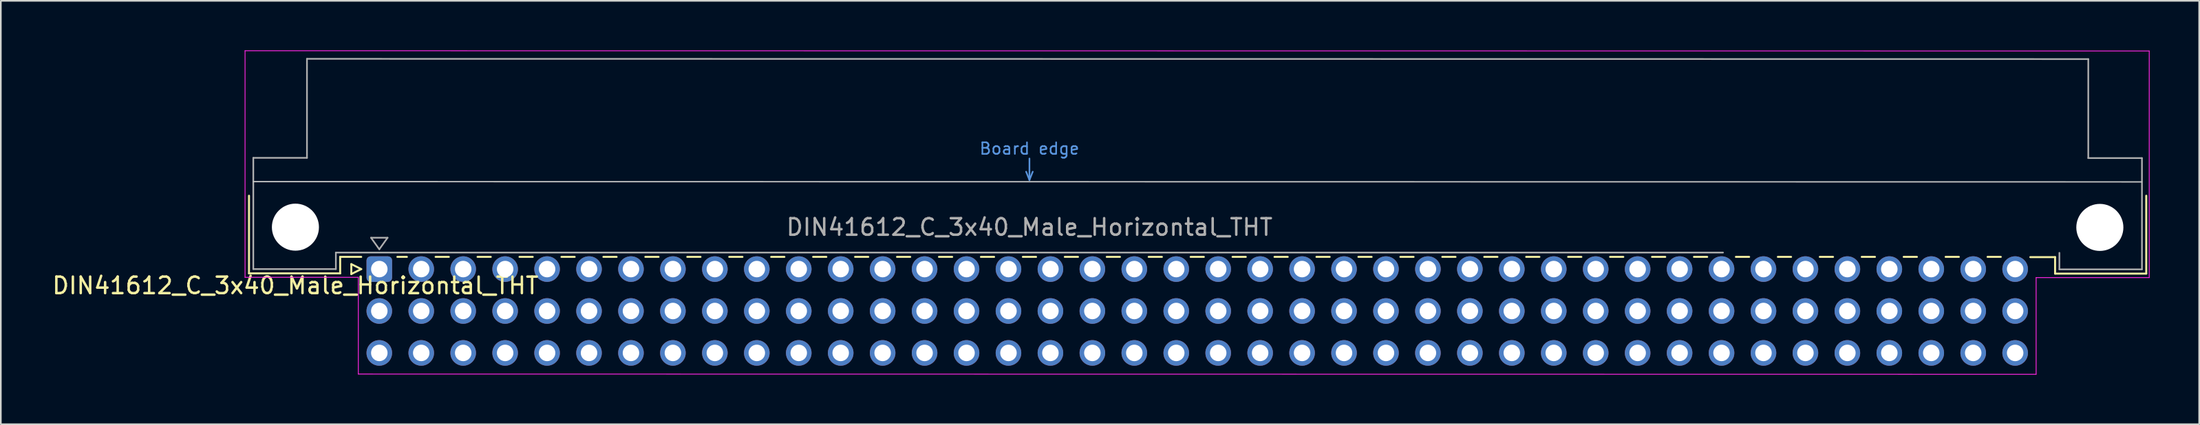
<source format=kicad_pcb>
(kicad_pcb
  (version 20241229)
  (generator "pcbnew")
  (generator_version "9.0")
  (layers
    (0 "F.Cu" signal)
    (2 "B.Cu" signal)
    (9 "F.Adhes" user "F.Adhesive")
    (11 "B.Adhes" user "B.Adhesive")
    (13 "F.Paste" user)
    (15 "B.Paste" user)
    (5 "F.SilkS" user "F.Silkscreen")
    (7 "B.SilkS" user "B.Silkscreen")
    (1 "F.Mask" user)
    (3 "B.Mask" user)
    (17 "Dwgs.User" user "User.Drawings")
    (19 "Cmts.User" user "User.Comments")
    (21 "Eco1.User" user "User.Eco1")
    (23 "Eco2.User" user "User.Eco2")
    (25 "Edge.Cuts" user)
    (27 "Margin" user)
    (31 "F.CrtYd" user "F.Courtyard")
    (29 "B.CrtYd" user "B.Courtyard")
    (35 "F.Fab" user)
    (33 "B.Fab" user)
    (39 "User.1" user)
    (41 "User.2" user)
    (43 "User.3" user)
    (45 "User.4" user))
  (footprint "DIN41612_C_3x40_Male_Horizontal_THT"
    (layer "F.Cu")
    (at 19.919 13.255)
    (property "Reference" "DIN41612_C_3x40_Male_Horizontal_THT" (at -5.08 1 0) (layer "F.SilkS") (effects (font (size 1 1) (thickness 0.15))))
    (attr through_hole)
    (fp_line (start -7.89 -4.445) (end -7.89 0.26) (stroke (width 0.12) (type solid)) (layer "F.SilkS"))
    (fp_line (start -7.89 0.26) (end -2.37 0.26) (stroke (width 0.12) (type solid)) (layer "F.SilkS"))
    (fp_line (start -2.371 -0.74) (end -1.095 -0.74) (stroke (width 0.12) (type solid)) (layer "F.SilkS"))
    (fp_line (start -2.37 0.26) (end -2.37 -0.74) (stroke (width 0.12) (type solid)) (layer "F.SilkS"))
    (fp_line (start -1.695 -0.3) (end -1.695 0.3) (stroke (width 0.12) (type solid)) (layer "F.SilkS"))
    (fp_line (start -1.695 0.3) (end -1.095 0) (stroke (width 0.12) (type solid)) (layer "F.SilkS"))
    (fp_line (start -1.095 0) (end -1.695 -0.3) (stroke (width 0.12) (type solid)) (layer "F.SilkS"))
    (fp_line (start 1.095 -0.74) (end 1.671 -0.74) (stroke (width 0.12) (type solid)) (layer "F.SilkS"))
    (fp_line (start 3.41 -0.74) (end 4.211 -0.74) (stroke (width 0.12) (type solid)) (layer "F.SilkS"))
    (fp_line (start 5.95 -0.74) (end 6.751 -0.74) (stroke (width 0.12) (type solid)) (layer "F.SilkS"))
    (fp_line (start 8.49 -0.74) (end 9.291 -0.74) (stroke (width 0.12) (type solid)) (layer "F.SilkS"))
    (fp_line (start 11.03 -0.74) (end 11.831 -0.74) (stroke (width 0.12) (type solid)) (layer "F.SilkS"))
    (fp_line (start 13.57 -0.74) (end 14.371 -0.74) (stroke (width 0.12) (type solid)) (layer "F.SilkS"))
    (fp_line (start 16.11 -0.74) (end 16.911 -0.74) (stroke (width 0.12) (type solid)) (layer "F.SilkS"))
    (fp_line (start 18.65 -0.74) (end 19.451 -0.74) (stroke (width 0.12) (type solid)) (layer "F.SilkS"))
    (fp_line (start 21.19 -0.74) (end 21.991 -0.74) (stroke (width 0.12) (type solid)) (layer "F.SilkS"))
    (fp_line (start 23.73 -0.74) (end 24.531 -0.74) (stroke (width 0.12) (type solid)) (layer "F.SilkS"))
    (fp_line (start 26.27 -0.74) (end 27.071 -0.74) (stroke (width 0.12) (type solid)) (layer "F.SilkS"))
    (fp_line (start 28.81 -0.74) (end 29.611 -0.74) (stroke (width 0.12) (type solid)) (layer "F.SilkS"))
    (fp_line (start 31.35 -0.74) (end 32.151 -0.74) (stroke (width 0.12) (type solid)) (layer "F.SilkS"))
    (fp_line (start 33.89 -0.74) (end 34.691 -0.74) (stroke (width 0.12) (type solid)) (layer "F.SilkS"))
    (fp_line (start 36.43 -0.74) (end 37.231 -0.74) (stroke (width 0.12) (type solid)) (layer "F.SilkS"))
    (fp_line (start 38.97 -0.74) (end 39.771 -0.74) (stroke (width 0.12) (type solid)) (layer "F.SilkS"))
    (fp_line (start 41.51 -0.74) (end 42.311 -0.74) (stroke (width 0.12) (type solid)) (layer "F.SilkS"))
    (fp_line (start 44.05 -0.74) (end 44.851 -0.74) (stroke (width 0.12) (type solid)) (layer "F.SilkS"))
    (fp_line (start 46.59 -0.74) (end 47.391 -0.74) (stroke (width 0.12) (type solid)) (layer "F.SilkS"))
    (fp_line (start 49.13 -0.74) (end 49.931 -0.74) (stroke (width 0.12) (type solid)) (layer "F.SilkS"))
    (fp_line (start 51.67 -0.74) (end 52.471 -0.74) (stroke (width 0.12) (type solid)) (layer "F.SilkS"))
    (fp_line (start 54.21 -0.74) (end 55.011 -0.74) (stroke (width 0.12) (type solid)) (layer "F.SilkS"))
    (fp_line (start 56.75 -0.74) (end 57.551 -0.74) (stroke (width 0.12) (type solid)) (layer "F.SilkS"))
    (fp_line (start 59.29 -0.74) (end 60.091 -0.74) (stroke (width 0.12) (type solid)) (layer "F.SilkS"))
    (fp_line (start 61.83 -0.74) (end 62.631 -0.74) (stroke (width 0.12) (type solid)) (layer "F.SilkS"))
    (fp_line (start 64.37 -0.74) (end 65.171 -0.74) (stroke (width 0.12) (type solid)) (layer "F.SilkS"))
    (fp_line (start 66.91 -0.74) (end 67.711 -0.74) (stroke (width 0.12) (type solid)) (layer "F.SilkS"))
    (fp_line (start 69.45 -0.74) (end 70.251 -0.74) (stroke (width 0.12) (type solid)) (layer "F.SilkS"))
    (fp_line (start 71.99 -0.74) (end 72.791 -0.74) (stroke (width 0.12) (type solid)) (layer "F.SilkS"))
    (fp_line (start 74.53 -0.74) (end 75.331 -0.74) (stroke (width 0.12) (type solid)) (layer "F.SilkS"))
    (fp_line (start 77.07 -0.74) (end 77.871 -0.74) (stroke (width 0.12) (type solid)) (layer "F.SilkS"))
    (fp_line (start 79.61 -0.74) (end 80.411 -0.74) (stroke (width 0.12) (type solid)) (layer "F.SilkS"))
    (fp_line (start 82.15 -0.74) (end 82.951 -0.74) (stroke (width 0.12) (type solid)) (layer "F.SilkS"))
    (fp_line (start 84.69 -0.74) (end 85.491 -0.74) (stroke (width 0.12) (type solid)) (layer "F.SilkS"))
    (fp_line (start 87.23 -0.74) (end 88.031 -0.74) (stroke (width 0.12) (type solid)) (layer "F.SilkS"))
    (fp_line (start 89.77 -0.74) (end 90.571 -0.74) (stroke (width 0.12) (type solid)) (layer "F.SilkS"))
    (fp_line (start 92.31 -0.74) (end 93.111 -0.74) (stroke (width 0.12) (type solid)) (layer "F.SilkS"))
    (fp_line (start 94.85 -0.74) (end 95.651 -0.74) (stroke (width 0.12) (type solid)) (layer "F.SilkS"))
    (fp_line (start 97.39 -0.74) (end 98.191 -0.74) (stroke (width 0.12) (type solid)) (layer "F.SilkS"))
    (fp_line (start 99.979 -0.725) (end 101.479 -0.725) (stroke (width 0.12) (type solid)) (layer "F.SilkS"))
    (fp_line (start 101.479 0.275) (end 101.479 -0.725) (stroke (width 0.12) (type solid)) (layer "F.SilkS"))
    (fp_line (start 106.999 -4.445) (end 106.999 0.275) (stroke (width 0.12) (type solid)) (layer "F.SilkS"))
    (fp_line (start 106.999 0.275) (end 101.479 0.275) (stroke (width 0.12) (type solid)) (layer "F.SilkS"))
    (fp_line (start -7.63 -5.3) (end 106.726 -5.284) (stroke (width 0.08) (type solid)) (layer "Dwgs.User"))
    (fp_line (start 39.17 -5.9) (end 39.37 -5.4) (stroke (width 0.1) (type solid)) (layer "Cmts.User"))
    (fp_line (start 39.37 -5.4) (end 39.37 -6.7) (stroke (width 0.1) (type solid)) (layer "Cmts.User"))
    (fp_line (start 39.37 -5.4) (end 39.57 -5.9) (stroke (width 0.1) (type solid)) (layer "Cmts.User"))
    (fp_line (start -8.13 -13.23) (end -8.13 0.5) (stroke (width 0.05) (type solid)) (layer "F.CrtYd"))
    (fp_line (start -8.13 0.5) (end -1.27 0.5) (stroke (width 0.05) (type solid)) (layer "F.CrtYd"))
    (fp_line (start -1.27 0.5) (end -1.27 6.36) (stroke (width 0.05) (type solid)) (layer "F.CrtYd"))
    (fp_line (start -1.27 6.36) (end 100.33 6.375) (stroke (width 0.05) (type solid)) (layer "F.CrtYd"))
    (fp_line (start 100.33 0.515) (end 107.18 0.515) (stroke (width 0.05) (type solid)) (layer "F.CrtYd"))
    (fp_line (start 100.33 6.375) (end 100.33 0.515) (stroke (width 0.05) (type solid)) (layer "F.CrtYd"))
    (fp_line (start 107.18 -13.215) (end -8.13 -13.23) (stroke (width 0.05) (type solid)) (layer "F.CrtYd"))
    (fp_line (start 107.18 0.515) (end 107.18 -13.215) (stroke (width 0.05) (type solid)) (layer "F.CrtYd"))
    (fp_line (start -7.63 -6.74) (end -7.63 0) (stroke (width 0.1) (type solid)) (layer "F.Fab"))
    (fp_line (start -7.63 0) (end -2.63 0) (stroke (width 0.1) (type solid)) (layer "F.Fab"))
    (fp_line (start -4.38 -12.74) (end -4.38 -6.74) (stroke (width 0.1) (type solid)) (layer "F.Fab"))
    (fp_line (start -4.38 -6.74) (end -7.63 -6.74) (stroke (width 0.1) (type solid)) (layer "F.Fab"))
    (fp_line (start -2.63 -1) (end 81.37 -1) (stroke (width 0.1) (type solid)) (layer "F.Fab"))
    (fp_line (start -2.63 0) (end -2.63 -1) (stroke (width 0.1) (type solid)) (layer "F.Fab"))
    (fp_line (start -0.5 -1.9) (end 0.5 -1.9) (stroke (width 0.1) (type solid)) (layer "F.Fab"))
    (fp_line (start 0 -1.2) (end -0.5 -1.9) (stroke (width 0.1) (type solid)) (layer "F.Fab"))
    (fp_line (start 0.5 -1.9) (end 0 -1.2) (stroke (width 0.1) (type solid)) (layer "F.Fab"))
    (fp_line (start 101.739 -0.985) (end 101.739 0.015) (stroke (width 0.1) (type solid)) (layer "F.Fab"))
    (fp_line (start 101.739 0.015) (end 106.739 0.015) (stroke (width 0.1) (type solid)) (layer "F.Fab"))
    (fp_line (start 103.489 -12.725) (end -4.38 -12.74) (stroke (width 0.1) (type solid)) (layer "F.Fab"))
    (fp_line (start 103.489 -6.725) (end 103.489 -12.725) (stroke (width 0.1) (type solid)) (layer "F.Fab"))
    (fp_line (start 106.739 -6.725) (end 103.489 -6.725) (stroke (width 0.1) (type solid)) (layer "F.Fab"))
    (fp_line (start 106.739 0.015) (end 106.739 -6.725) (stroke (width 0.1) (type solid)) (layer "F.Fab"))
    (fp_text user "Board edge" (at 39.37 -7.3 0) (layer "Cmts.User") (effects (font (size 0.7 0.7) (thickness 0.1))))
    (fp_text user "${REFERENCE}" (at 39.37 -2.54 0) (layer "F.Fab") (effects (font (size 1 1) (thickness 0.15))))
    (pad "" np_thru_hole circle (at -5.08 -2.54) (size 2.85 2.85) (drill 2.85) (layers "*.Cu" "*.Mask"))
    (pad "" np_thru_hole circle (at 104.189 -2.525) (size 2.85 2.85) (drill 2.85) (layers "*.Cu" "*.Mask"))
    (pad "a1" thru_hole roundrect (at 0 0) (size 1.55 1.55) (drill 1) (layers "*.Cu" "*.Mask") (roundrect_rratio 0.161))
    (pad "a2" thru_hole circle (at 2.54 0) (size 1.55 1.55) (drill 1) (layers "*.Cu" "*.Mask"))
    (pad "a3" thru_hole circle (at 5.08 0) (size 1.55 1.55) (drill 1) (layers "*.Cu" "*.Mask"))
    (pad "a4" thru_hole circle (at 7.62 0) (size 1.55 1.55) (drill 1) (layers "*.Cu" "*.Mask"))
    (pad "a5" thru_hole circle (at 10.16 0) (size 1.55 1.55) (drill 1) (layers "*.Cu" "*.Mask"))
    (pad "a6" thru_hole circle (at 12.7 0) (size 1.55 1.55) (drill 1) (layers "*.Cu" "*.Mask"))
    (pad "a7" thru_hole circle (at 15.24 0) (size 1.55 1.55) (drill 1) (layers "*.Cu" "*.Mask"))
    (pad "a8" thru_hole circle (at 17.78 0) (size 1.55 1.55) (drill 1) (layers "*.Cu" "*.Mask"))
    (pad "a9" thru_hole circle (at 20.32 0) (size 1.55 1.55) (drill 1) (layers "*.Cu" "*.Mask"))
    (pad "a10" thru_hole circle (at 22.86 0) (size 1.55 1.55) (drill 1) (layers "*.Cu" "*.Mask"))
    (pad "a11" thru_hole circle (at 25.4 0) (size 1.55 1.55) (drill 1) (layers "*.Cu" "*.Mask"))
    (pad "a12" thru_hole circle (at 27.94 0) (size 1.55 1.55) (drill 1) (layers "*.Cu" "*.Mask"))
    (pad "a13" thru_hole circle (at 30.48 0) (size 1.55 1.55) (drill 1) (layers "*.Cu" "*.Mask"))
    (pad "a14" thru_hole circle (at 33.02 0) (size 1.55 1.55) (drill 1) (layers "*.Cu" "*.Mask"))
    (pad "a15" thru_hole circle (at 35.56 0) (size 1.55 1.55) (drill 1) (layers "*.Cu" "*.Mask"))
    (pad "a16" thru_hole circle (at 38.1 0) (size 1.55 1.55) (drill 1) (layers "*.Cu" "*.Mask"))
    (pad "a17" thru_hole circle (at 40.64 0) (size 1.55 1.55) (drill 1) (layers "*.Cu" "*.Mask"))
    (pad "a18" thru_hole circle (at 43.18 0) (size 1.55 1.55) (drill 1) (layers "*.Cu" "*.Mask"))
    (pad "a19" thru_hole circle (at 45.72 0) (size 1.55 1.55) (drill 1) (layers "*.Cu" "*.Mask"))
    (pad "a20" thru_hole circle (at 48.26 0) (size 1.55 1.55) (drill 1) (layers "*.Cu" "*.Mask"))
    (pad "a21" thru_hole circle (at 50.8 0) (size 1.55 1.55) (drill 1) (layers "*.Cu" "*.Mask"))
    (pad "a22" thru_hole circle (at 53.34 0) (size 1.55 1.55) (drill 1) (layers "*.Cu" "*.Mask"))
    (pad "a23" thru_hole circle (at 55.88 0) (size 1.55 1.55) (drill 1) (layers "*.Cu" "*.Mask"))
    (pad "a24" thru_hole circle (at 58.42 0) (size 1.55 1.55) (drill 1) (layers "*.Cu" "*.Mask"))
    (pad "a25" thru_hole circle (at 60.96 0) (size 1.55 1.55) (drill 1) (layers "*.Cu" "*.Mask"))
    (pad "a26" thru_hole circle (at 63.5 0) (size 1.55 1.55) (drill 1) (layers "*.Cu" "*.Mask"))
    (pad "a27" thru_hole circle (at 66.04 0) (size 1.55 1.55) (drill 1) (layers "*.Cu" "*.Mask"))
    (pad "a28" thru_hole circle (at 68.58 0) (size 1.55 1.55) (drill 1) (layers "*.Cu" "*.Mask"))
    (pad "a29" thru_hole circle (at 71.12 0) (size 1.55 1.55) (drill 1) (layers "*.Cu" "*.Mask"))
    (pad "a30" thru_hole circle (at 73.66 0) (size 1.55 1.55) (drill 1) (layers "*.Cu" "*.Mask"))
    (pad "a31" thru_hole circle (at 76.2 0) (size 1.55 1.55) (drill 1) (layers "*.Cu" "*.Mask"))
    (pad "a32" thru_hole circle (at 78.74 0) (size 1.55 1.55) (drill 1) (layers "*.Cu" "*.Mask"))
    (pad "a33" thru_hole circle (at 81.28 0) (size 1.55 1.55) (drill 1) (layers "*.Cu" "*.Mask"))
    (pad "a34" thru_hole circle (at 83.82 0) (size 1.55 1.55) (drill 1) (layers "*.Cu" "*.Mask"))
    (pad "a35" thru_hole circle (at 86.36 0) (size 1.55 1.55) (drill 1) (layers "*.Cu" "*.Mask"))
    (pad "a36" thru_hole circle (at 88.9 0) (size 1.55 1.55) (drill 1) (layers "*.Cu" "*.Mask"))
    (pad "a37" thru_hole circle (at 91.44 0) (size 1.55 1.55) (drill 1) (layers "*.Cu" "*.Mask"))
    (pad "a38" thru_hole circle (at 93.98 0) (size 1.55 1.55) (drill 1) (layers "*.Cu" "*.Mask"))
    (pad "a39" thru_hole circle (at 96.52 0) (size 1.55 1.55) (drill 1) (layers "*.Cu" "*.Mask"))
    (pad "a40" thru_hole circle (at 99.06 0) (size 1.55 1.55) (drill 1) (layers "*.Cu" "*.Mask"))
    (pad "b1" thru_hole circle (at 0 2.54) (size 1.55 1.55) (drill 1) (layers "*.Cu" "*.Mask"))
    (pad "b2" thru_hole circle (at 2.54 2.54) (size 1.55 1.55) (drill 1) (layers "*.Cu" "*.Mask"))
    (pad "b3" thru_hole circle (at 5.08 2.54) (size 1.55 1.55) (drill 1) (layers "*.Cu" "*.Mask"))
    (pad "b4" thru_hole circle (at 7.62 2.54) (size 1.55 1.55) (drill 1) (layers "*.Cu" "*.Mask"))
    (pad "b5" thru_hole circle (at 10.16 2.54) (size 1.55 1.55) (drill 1) (layers "*.Cu" "*.Mask"))
    (pad "b6" thru_hole circle (at 12.7 2.54) (size 1.55 1.55) (drill 1) (layers "*.Cu" "*.Mask"))
    (pad "b7" thru_hole circle (at 15.24 2.54) (size 1.55 1.55) (drill 1) (layers "*.Cu" "*.Mask"))
    (pad "b8" thru_hole circle (at 17.78 2.54) (size 1.55 1.55) (drill 1) (layers "*.Cu" "*.Mask"))
    (pad "b9" thru_hole circle (at 20.32 2.54) (size 1.55 1.55) (drill 1) (layers "*.Cu" "*.Mask"))
    (pad "b10" thru_hole circle (at 22.86 2.54) (size 1.55 1.55) (drill 1) (layers "*.Cu" "*.Mask"))
    (pad "b11" thru_hole circle (at 25.4 2.54) (size 1.55 1.55) (drill 1) (layers "*.Cu" "*.Mask"))
    (pad "b12" thru_hole circle (at 27.94 2.54) (size 1.55 1.55) (drill 1) (layers "*.Cu" "*.Mask"))
    (pad "b13" thru_hole circle (at 30.48 2.54) (size 1.55 1.55) (drill 1) (layers "*.Cu" "*.Mask"))
    (pad "b14" thru_hole circle (at 33.02 2.54) (size 1.55 1.55) (drill 1) (layers "*.Cu" "*.Mask"))
    (pad "b15" thru_hole circle (at 35.56 2.54) (size 1.55 1.55) (drill 1) (layers "*.Cu" "*.Mask"))
    (pad "b16" thru_hole circle (at 38.1 2.54) (size 1.55 1.55) (drill 1) (layers "*.Cu" "*.Mask"))
    (pad "b17" thru_hole circle (at 40.64 2.54) (size 1.55 1.55) (drill 1) (layers "*.Cu" "*.Mask"))
    (pad "b18" thru_hole circle (at 43.18 2.54) (size 1.55 1.55) (drill 1) (layers "*.Cu" "*.Mask"))
    (pad "b19" thru_hole circle (at 45.72 2.54) (size 1.55 1.55) (drill 1) (layers "*.Cu" "*.Mask"))
    (pad "b20" thru_hole circle (at 48.26 2.54) (size 1.55 1.55) (drill 1) (layers "*.Cu" "*.Mask"))
    (pad "b21" thru_hole circle (at 50.8 2.54) (size 1.55 1.55) (drill 1) (layers "*.Cu" "*.Mask"))
    (pad "b22" thru_hole circle (at 53.34 2.54) (size 1.55 1.55) (drill 1) (layers "*.Cu" "*.Mask"))
    (pad "b23" thru_hole circle (at 55.88 2.54) (size 1.55 1.55) (drill 1) (layers "*.Cu" "*.Mask"))
    (pad "b24" thru_hole circle (at 58.42 2.54) (size 1.55 1.55) (drill 1) (layers "*.Cu" "*.Mask"))
    (pad "b25" thru_hole circle (at 60.96 2.54) (size 1.55 1.55) (drill 1) (layers "*.Cu" "*.Mask"))
    (pad "b26" thru_hole circle (at 63.5 2.54) (size 1.55 1.55) (drill 1) (layers "*.Cu" "*.Mask"))
    (pad "b27" thru_hole circle (at 66.04 2.54) (size 1.55 1.55) (drill 1) (layers "*.Cu" "*.Mask"))
    (pad "b28" thru_hole circle (at 68.58 2.54) (size 1.55 1.55) (drill 1) (layers "*.Cu" "*.Mask"))
    (pad "b29" thru_hole circle (at 71.12 2.54) (size 1.55 1.55) (drill 1) (layers "*.Cu" "*.Mask"))
    (pad "b30" thru_hole circle (at 73.66 2.54) (size 1.55 1.55) (drill 1) (layers "*.Cu" "*.Mask"))
    (pad "b31" thru_hole circle (at 76.2 2.54) (size 1.55 1.55) (drill 1) (layers "*.Cu" "*.Mask"))
    (pad "b32" thru_hole circle (at 78.74 2.54) (size 1.55 1.55) (drill 1) (layers "*.Cu" "*.Mask"))
    (pad "b33" thru_hole circle (at 81.28 2.54) (size 1.55 1.55) (drill 1) (layers "*.Cu" "*.Mask"))
    (pad "b34" thru_hole circle (at 83.82 2.54) (size 1.55 1.55) (drill 1) (layers "*.Cu" "*.Mask"))
    (pad "b35" thru_hole circle (at 86.36 2.54) (size 1.55 1.55) (drill 1) (layers "*.Cu" "*.Mask"))
    (pad "b36" thru_hole circle (at 88.9 2.54) (size 1.55 1.55) (drill 1) (layers "*.Cu" "*.Mask"))
    (pad "b37" thru_hole circle (at 91.44 2.54) (size 1.55 1.55) (drill 1) (layers "*.Cu" "*.Mask"))
    (pad "b38" thru_hole circle (at 93.98 2.54) (size 1.55 1.55) (drill 1) (layers "*.Cu" "*.Mask"))
    (pad "b39" thru_hole circle (at 96.52 2.54) (size 1.55 1.55) (drill 1) (layers "*.Cu" "*.Mask"))
    (pad "b40" thru_hole circle (at 99.06 2.54) (size 1.55 1.55) (drill 1) (layers "*.Cu" "*.Mask"))
    (pad "c1" thru_hole circle (at 0 5.08) (size 1.55 1.55) (drill 1) (layers "*.Cu" "*.Mask"))
    (pad "c2" thru_hole circle (at 2.54 5.08) (size 1.55 1.55) (drill 1) (layers "*.Cu" "*.Mask"))
    (pad "c3" thru_hole circle (at 5.08 5.08) (size 1.55 1.55) (drill 1) (layers "*.Cu" "*.Mask"))
    (pad "c4" thru_hole circle (at 7.62 5.08) (size 1.55 1.55) (drill 1) (layers "*.Cu" "*.Mask"))
    (pad "c5" thru_hole circle (at 10.16 5.08) (size 1.55 1.55) (drill 1) (layers "*.Cu" "*.Mask"))
    (pad "c6" thru_hole circle (at 12.7 5.08) (size 1.55 1.55) (drill 1) (layers "*.Cu" "*.Mask"))
    (pad "c7" thru_hole circle (at 15.24 5.08) (size 1.55 1.55) (drill 1) (layers "*.Cu" "*.Mask"))
    (pad "c8" thru_hole circle (at 17.78 5.08) (size 1.55 1.55) (drill 1) (layers "*.Cu" "*.Mask"))
    (pad "c9" thru_hole circle (at 20.32 5.08) (size 1.55 1.55) (drill 1) (layers "*.Cu" "*.Mask"))
    (pad "c10" thru_hole circle (at 22.86 5.08) (size 1.55 1.55) (drill 1) (layers "*.Cu" "*.Mask"))
    (pad "c11" thru_hole circle (at 25.4 5.08) (size 1.55 1.55) (drill 1) (layers "*.Cu" "*.Mask"))
    (pad "c12" thru_hole circle (at 27.94 5.08) (size 1.55 1.55) (drill 1) (layers "*.Cu" "*.Mask"))
    (pad "c13" thru_hole circle (at 30.48 5.08) (size 1.55 1.55) (drill 1) (layers "*.Cu" "*.Mask"))
    (pad "c14" thru_hole circle (at 33.02 5.08) (size 1.55 1.55) (drill 1) (layers "*.Cu" "*.Mask"))
    (pad "c15" thru_hole circle (at 35.56 5.08) (size 1.55 1.55) (drill 1) (layers "*.Cu" "*.Mask"))
    (pad "c16" thru_hole circle (at 38.1 5.08) (size 1.55 1.55) (drill 1) (layers "*.Cu" "*.Mask"))
    (pad "c17" thru_hole circle (at 40.64 5.08) (size 1.55 1.55) (drill 1) (layers "*.Cu" "*.Mask"))
    (pad "c18" thru_hole circle (at 43.18 5.08) (size 1.55 1.55) (drill 1) (layers "*.Cu" "*.Mask"))
    (pad "c19" thru_hole circle (at 45.72 5.08) (size 1.55 1.55) (drill 1) (layers "*.Cu" "*.Mask"))
    (pad "c20" thru_hole circle (at 48.26 5.08) (size 1.55 1.55) (drill 1) (layers "*.Cu" "*.Mask"))
    (pad "c21" thru_hole circle (at 50.8 5.08) (size 1.55 1.55) (drill 1) (layers "*.Cu" "*.Mask"))
    (pad "c22" thru_hole circle (at 53.34 5.08) (size 1.55 1.55) (drill 1) (layers "*.Cu" "*.Mask"))
    (pad "c23" thru_hole circle (at 55.88 5.08) (size 1.55 1.55) (drill 1) (layers "*.Cu" "*.Mask"))
    (pad "c24" thru_hole circle (at 58.42 5.08) (size 1.55 1.55) (drill 1) (layers "*.Cu" "*.Mask"))
    (pad "c25" thru_hole circle (at 60.96 5.08) (size 1.55 1.55) (drill 1) (layers "*.Cu" "*.Mask"))
    (pad "c26" thru_hole circle (at 63.5 5.08) (size 1.55 1.55) (drill 1) (layers "*.Cu" "*.Mask"))
    (pad "c27" thru_hole circle (at 66.04 5.08) (size 1.55 1.55) (drill 1) (layers "*.Cu" "*.Mask"))
    (pad "c28" thru_hole circle (at 68.58 5.08) (size 1.55 1.55) (drill 1) (layers "*.Cu" "*.Mask"))
    (pad "c29" thru_hole circle (at 71.12 5.08) (size 1.55 1.55) (drill 1) (layers "*.Cu" "*.Mask"))
    (pad "c30" thru_hole circle (at 73.66 5.08) (size 1.55 1.55) (drill 1) (layers "*.Cu" "*.Mask"))
    (pad "c31" thru_hole circle (at 76.2 5.08) (size 1.55 1.55) (drill 1) (layers "*.Cu" "*.Mask"))
    (pad "c32" thru_hole circle (at 78.74 5.08) (size 1.55 1.55) (drill 1) (layers "*.Cu" "*.Mask"))
    (pad "c33" thru_hole circle (at 81.28 5.08) (size 1.55 1.55) (drill 1) (layers "*.Cu" "*.Mask"))
    (pad "c34" thru_hole circle (at 83.82 5.08) (size 1.55 1.55) (drill 1) (layers "*.Cu" "*.Mask"))
    (pad "c35" thru_hole circle (at 86.36 5.08) (size 1.55 1.55) (drill 1) (layers "*.Cu" "*.Mask"))
    (pad "c36" thru_hole circle (at 88.9 5.08) (size 1.55 1.55) (drill 1) (layers "*.Cu" "*.Mask"))
    (pad "c37" thru_hole circle (at 91.44 5.08) (size 1.55 1.55) (drill 1) (layers "*.Cu" "*.Mask"))
    (pad "c38" thru_hole circle (at 93.98 5.08) (size 1.55 1.55) (drill 1) (layers "*.Cu" "*.Mask"))
    (pad "c39" thru_hole circle (at 96.52 5.08) (size 1.55 1.55) (drill 1) (layers "*.Cu" "*.Mask"))
    (pad "c40" thru_hole circle (at 99.06 5.08) (size 1.55 1.55) (drill 1) (layers "*.Cu" "*.Mask")))
  (gr_rect
    (start -3 -3)
    (end 130.124 22.655)
    (stroke (width 0.1) (type default))
    (fill no)
    (layer "Edge.Cuts")))
</source>
